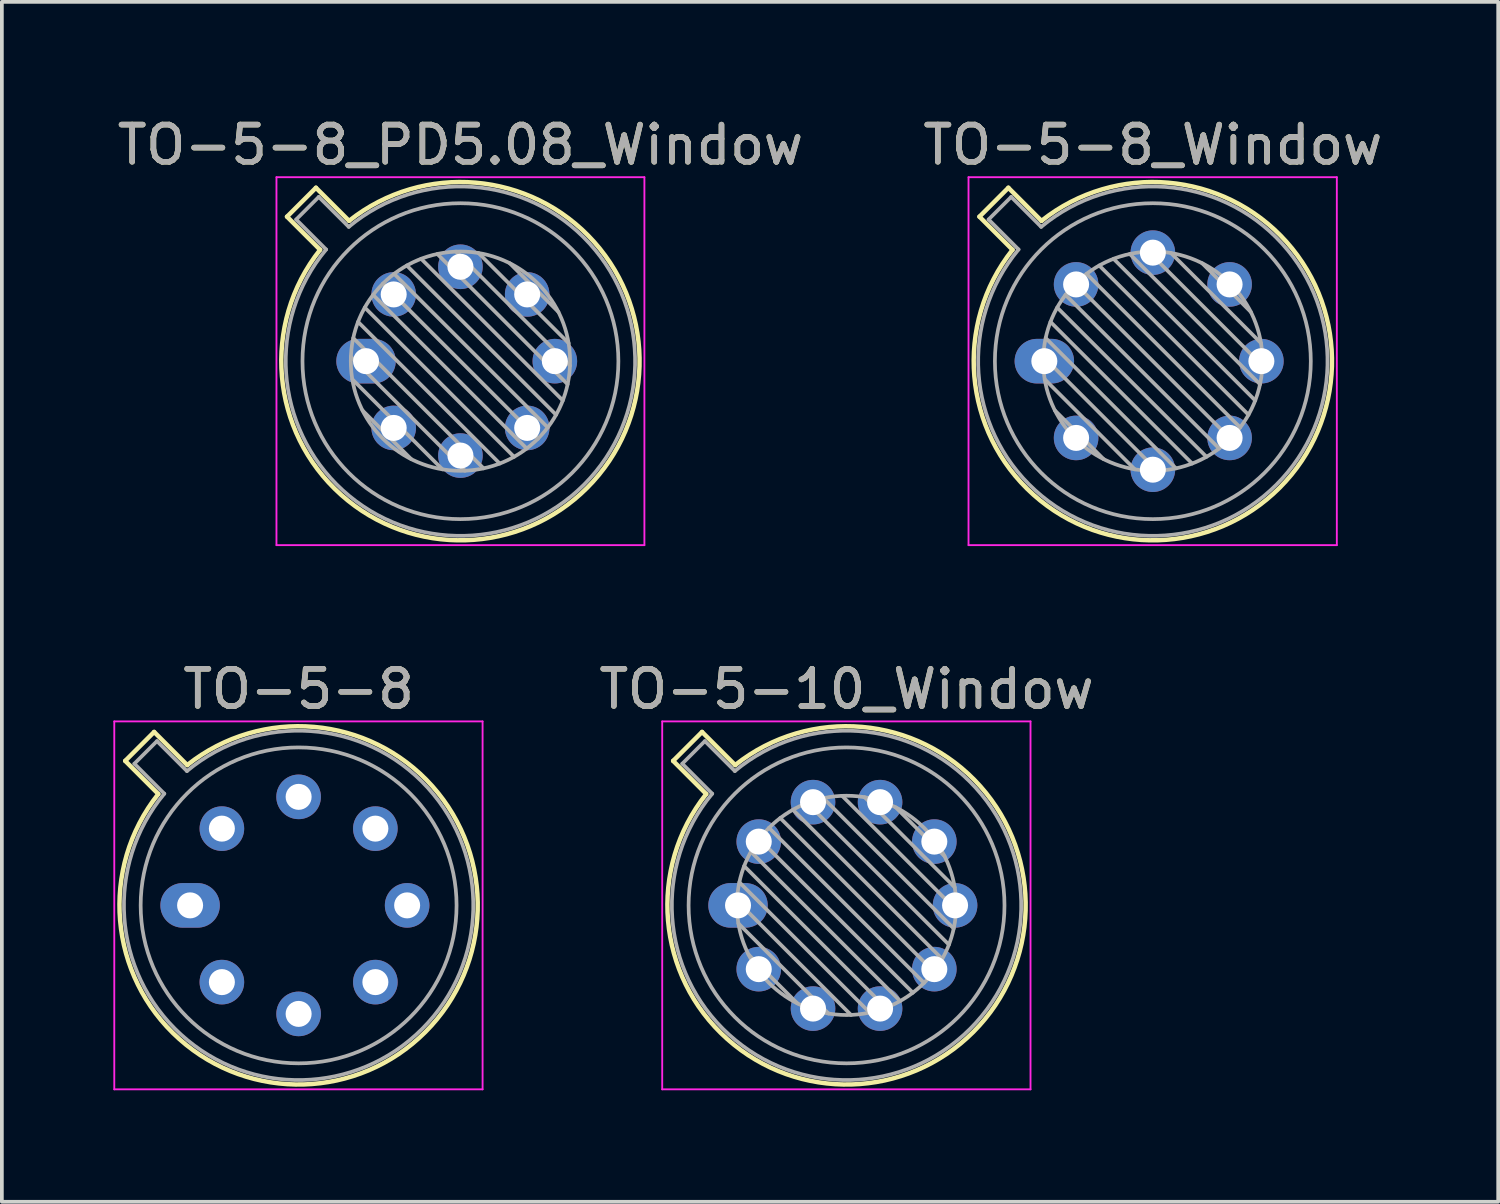
<source format=kicad_pcb>
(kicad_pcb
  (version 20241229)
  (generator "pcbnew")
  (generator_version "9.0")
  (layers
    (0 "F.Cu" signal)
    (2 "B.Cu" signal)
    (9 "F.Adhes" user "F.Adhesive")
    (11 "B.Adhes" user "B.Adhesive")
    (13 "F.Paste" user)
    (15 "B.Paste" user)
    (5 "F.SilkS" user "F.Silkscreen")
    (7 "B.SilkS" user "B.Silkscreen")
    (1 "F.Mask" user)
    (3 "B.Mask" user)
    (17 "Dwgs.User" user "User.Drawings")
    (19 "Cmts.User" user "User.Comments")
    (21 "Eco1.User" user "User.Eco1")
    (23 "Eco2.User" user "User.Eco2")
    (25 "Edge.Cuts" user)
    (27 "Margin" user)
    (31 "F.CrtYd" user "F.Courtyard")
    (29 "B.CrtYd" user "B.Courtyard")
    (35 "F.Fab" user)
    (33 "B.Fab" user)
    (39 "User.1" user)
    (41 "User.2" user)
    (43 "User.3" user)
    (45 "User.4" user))
  (footprint "TO-5-8"
    (layer "F.Cu")
    (at 2.065 21.311)
    (property "Reference" "TO-5-8" (at 2.92 -5.82 0) (layer "F.SilkS") (effects (font (size 1 1) (thickness 0.15))))
    (attr through_hole)
    (fp_line (start -1.746 -3.888) (end -0.855 -2.997) (stroke (width 0.12) (type solid)) (layer "F.SilkS"))
    (fp_line (start -0.968 -4.666) (end -1.746 -3.888) (stroke (width 0.12) (type solid)) (layer "F.SilkS"))
    (fp_line (start -0.077 -3.775) (end -0.968 -4.666) (stroke (width 0.12) (type solid)) (layer "F.SilkS"))
    (fp_arc (start -0.077084 -3.774902) (mid 6.328125 3.408384) (end -0.854674 -2.997371) (stroke (width 0.12) (type solid)) (layer "F.SilkS"))
    (fp_line (start -2.04 -4.95) (end -2.04 4.95) (stroke (width 0.05) (type solid)) (layer "F.CrtYd"))
    (fp_line (start -2.04 4.95) (end 7.87 4.95) (stroke (width 0.05) (type solid)) (layer "F.CrtYd"))
    (fp_line (start 7.87 -4.95) (end -2.04 -4.95) (stroke (width 0.05) (type solid)) (layer "F.CrtYd"))
    (fp_line (start 7.87 4.95) (end 7.87 -4.95) (stroke (width 0.05) (type solid)) (layer "F.CrtYd"))
    (fp_line (start -1.5 -3.812) (end -0.694 -3.005) (stroke (width 0.1) (type solid)) (layer "F.Fab"))
    (fp_line (start -0.892 -4.42) (end -1.5 -3.812) (stroke (width 0.1) (type solid)) (layer "F.Fab"))
    (fp_line (start -0.085 -3.614) (end -0.892 -4.42) (stroke (width 0.1) (type solid)) (layer "F.Fab"))
    (fp_arc (start -0.085408 -3.61352) (mid 6.243443 3.323361) (end -0.693594 -3.005319) (stroke (width 0.1) (type solid)) (layer "F.Fab"))
    (fp_circle (center 2.92 0) (end 7.17 0) (stroke (width 0.1) (type solid)) (fill no) (layer "F.Fab"))
    (fp_text user "${REFERENCE}" (at 2.92 -5.82 0) (layer "F.Fab") (effects (font (size 1 1) (thickness 0.15))))
    (pad "1" thru_hole oval (at 0 0) (size 1.6 1.2) (drill 0.7) (layers "*.Cu" "*.Mask"))
    (pad "2" thru_hole oval (at 0.855 2.065) (size 1.2 1.2) (drill 0.7) (layers "*.Cu" "*.Mask"))
    (pad "3" thru_hole oval (at 2.92 2.92) (size 1.2 1.2) (drill 0.7) (layers "*.Cu" "*.Mask"))
    (pad "4" thru_hole oval (at 4.985 2.065) (size 1.2 1.2) (drill 0.7) (layers "*.Cu" "*.Mask"))
    (pad "5" thru_hole oval (at 5.84 0) (size 1.2 1.2) (drill 0.7) (layers "*.Cu" "*.Mask"))
    (pad "6" thru_hole oval (at 4.985 -2.065) (size 1.2 1.2) (drill 0.7) (layers "*.Cu" "*.Mask"))
    (pad "7" thru_hole oval (at 2.92 -2.92) (size 1.2 1.2) (drill 0.7) (layers "*.Cu" "*.Mask"))
    (pad "8" thru_hole oval (at 0.855 -2.065) (size 1.2 1.2) (drill 0.7) (layers "*.Cu" "*.Mask")))
  (footprint "TO-5-10_Window"
    (layer "F.Cu")
    (at 16.808 21.311)
    (property "Reference" "TO-5-10_Window" (at 2.92 -5.82 0) (layer "F.SilkS") (effects (font (size 1 1) (thickness 0.15))))
    (attr through_hole)
    (fp_line (start -1.746 -3.888) (end -0.855 -2.997) (stroke (width 0.12) (type solid)) (layer "F.SilkS"))
    (fp_line (start -0.968 -4.666) (end -1.746 -3.888) (stroke (width 0.12) (type solid)) (layer "F.SilkS"))
    (fp_line (start -0.077 -3.775) (end -0.968 -4.666) (stroke (width 0.12) (type solid)) (layer "F.SilkS"))
    (fp_arc (start -0.077084 -3.774902) (mid 6.328125 3.408384) (end -0.854674 -2.997371) (stroke (width 0.12) (type solid)) (layer "F.SilkS"))
    (fp_line (start -2.04 -4.95) (end -2.04 4.95) (stroke (width 0.05) (type solid)) (layer "F.CrtYd"))
    (fp_line (start -2.04 4.95) (end 7.87 4.95) (stroke (width 0.05) (type solid)) (layer "F.CrtYd"))
    (fp_line (start 7.87 -4.95) (end -2.04 -4.95) (stroke (width 0.05) (type solid)) (layer "F.CrtYd"))
    (fp_line (start 7.87 4.95) (end 7.87 -4.95) (stroke (width 0.05) (type solid)) (layer "F.CrtYd"))
    (fp_line (start -1.5 -3.812) (end -0.694 -3.005) (stroke (width 0.1) (type solid)) (layer "F.Fab"))
    (fp_line (start -0.892 -4.42) (end -1.5 -3.812) (stroke (width 0.1) (type solid)) (layer "F.Fab"))
    (fp_line (start -0.085 -3.614) (end -0.892 -4.42) (stroke (width 0.1) (type solid)) (layer "F.Fab"))
    (fp_line (start -0.028 -0.12) (end 3.04 2.948) (stroke (width 0.1) (type solid)) (layer "F.Fab"))
    (fp_line (start 0.009 0.485) (end 2.435 2.911) (stroke (width 0.1) (type solid)) (layer "F.Fab"))
    (fp_line (start 0.036 -0.622) (end 3.542 2.884) (stroke (width 0.1) (type solid)) (layer "F.Fab"))
    (fp_line (start 0.165 -1.058) (end 3.978 2.755) (stroke (width 0.1) (type solid)) (layer "F.Fab"))
    (fp_line (start 0.283 1.324) (end 1.596 2.637) (stroke (width 0.1) (type solid)) (layer "F.Fab"))
    (fp_line (start 0.346 -1.443) (end 4.363 2.574) (stroke (width 0.1) (type solid)) (layer "F.Fab"))
    (fp_line (start 0.57 -1.784) (end 4.704 2.35) (stroke (width 0.1) (type solid)) (layer "F.Fab"))
    (fp_line (start 0.834 -2.086) (end 5.006 2.086) (stroke (width 0.1) (type solid)) (layer "F.Fab"))
    (fp_line (start 1.136 -2.35) (end 5.27 1.784) (stroke (width 0.1) (type solid)) (layer "F.Fab"))
    (fp_line (start 1.477 -2.574) (end 5.494 1.443) (stroke (width 0.1) (type solid)) (layer "F.Fab"))
    (fp_line (start 1.862 -2.755) (end 5.675 1.058) (stroke (width 0.1) (type solid)) (layer "F.Fab"))
    (fp_line (start 2.298 -2.884) (end 5.804 0.622) (stroke (width 0.1) (type solid)) (layer "F.Fab"))
    (fp_line (start 2.8 -2.948) (end 5.868 0.12) (stroke (width 0.1) (type solid)) (layer "F.Fab"))
    (fp_line (start 3.405 -2.911) (end 5.831 -0.485) (stroke (width 0.1) (type solid)) (layer "F.Fab"))
    (fp_line (start 4.244 -2.637) (end 5.557 -1.324) (stroke (width 0.1) (type solid)) (layer "F.Fab"))
    (fp_arc (start -0.085408 -3.61352) (mid 6.243443 3.323361) (end -0.693594 -3.005319) (stroke (width 0.1) (type solid)) (layer "F.Fab"))
    (fp_circle (center 2.92 0) (end 5.87 0) (stroke (width 0.1) (type solid)) (fill no) (layer "F.Fab"))
    (fp_circle (center 2.92 0) (end 7.17 0) (stroke (width 0.1) (type solid)) (fill no) (layer "F.Fab"))
    (fp_text user "${REFERENCE}" (at 2.92 -5.82 0) (layer "F.Fab") (effects (font (size 1 1) (thickness 0.15))))
    (pad "1" thru_hole oval (at 0 0) (size 1.6 1.2) (drill 0.7) (layers "*.Cu" "*.Mask"))
    (pad "2" thru_hole oval (at 0.558 1.716) (size 1.2 1.2) (drill 0.7) (layers "*.Cu" "*.Mask"))
    (pad "3" thru_hole oval (at 2.018 2.777) (size 1.2 1.2) (drill 0.7) (layers "*.Cu" "*.Mask"))
    (pad "4" thru_hole oval (at 3.822 2.777) (size 1.2 1.2) (drill 0.7) (layers "*.Cu" "*.Mask"))
    (pad "5" thru_hole oval (at 5.282 1.716) (size 1.2 1.2) (drill 0.7) (layers "*.Cu" "*.Mask"))
    (pad "6" thru_hole oval (at 5.84 0) (size 1.2 1.2) (drill 0.7) (layers "*.Cu" "*.Mask"))
    (pad "7" thru_hole oval (at 5.282 -1.716) (size 1.2 1.2) (drill 0.7) (layers "*.Cu" "*.Mask"))
    (pad "8" thru_hole oval (at 3.822 -2.777) (size 1.2 1.2) (drill 0.7) (layers "*.Cu" "*.Mask"))
    (pad "9" thru_hole oval (at 2.018 -2.777) (size 1.2 1.2) (drill 0.7) (layers "*.Cu" "*.Mask"))
    (pad "10" thru_hole oval (at 0.558 -1.716) (size 1.2 1.2) (drill 0.7) (layers "*.Cu" "*.Mask")))
  (footprint "TO-5-8_Window"
    (layer "F.Cu")
    (at 25.05 6.668)
    (property "Reference" "TO-5-8_Window" (at 2.92 -5.82 0) (layer "F.SilkS") (effects (font (size 1 1) (thickness 0.15))))
    (attr through_hole)
    (fp_line (start -1.746 -3.888) (end -0.855 -2.997) (stroke (width 0.12) (type solid)) (layer "F.SilkS"))
    (fp_line (start -0.968 -4.666) (end -1.746 -3.888) (stroke (width 0.12) (type solid)) (layer "F.SilkS"))
    (fp_line (start -0.077 -3.775) (end -0.968 -4.666) (stroke (width 0.12) (type solid)) (layer "F.SilkS"))
    (fp_arc (start -0.077084 -3.774902) (mid 6.328125 3.408384) (end -0.854674 -2.997371) (stroke (width 0.12) (type solid)) (layer "F.SilkS"))
    (fp_line (start -2.04 -4.95) (end -2.04 4.95) (stroke (width 0.05) (type solid)) (layer "F.CrtYd"))
    (fp_line (start -2.04 4.95) (end 7.87 4.95) (stroke (width 0.05) (type solid)) (layer "F.CrtYd"))
    (fp_line (start 7.87 -4.95) (end -2.04 -4.95) (stroke (width 0.05) (type solid)) (layer "F.CrtYd"))
    (fp_line (start 7.87 4.95) (end 7.87 -4.95) (stroke (width 0.05) (type solid)) (layer "F.CrtYd"))
    (fp_line (start -1.5 -3.812) (end -0.694 -3.005) (stroke (width 0.1) (type solid)) (layer "F.Fab"))
    (fp_line (start -0.892 -4.42) (end -1.5 -3.812) (stroke (width 0.1) (type solid)) (layer "F.Fab"))
    (fp_line (start -0.085 -3.614) (end -0.892 -4.42) (stroke (width 0.1) (type solid)) (layer "F.Fab"))
    (fp_line (start -0.028 -0.12) (end 3.04 2.948) (stroke (width 0.1) (type solid)) (layer "F.Fab"))
    (fp_line (start 0.009 0.485) (end 2.435 2.911) (stroke (width 0.1) (type solid)) (layer "F.Fab"))
    (fp_line (start 0.036 -0.622) (end 3.542 2.884) (stroke (width 0.1) (type solid)) (layer "F.Fab"))
    (fp_line (start 0.165 -1.058) (end 3.978 2.755) (stroke (width 0.1) (type solid)) (layer "F.Fab"))
    (fp_line (start 0.283 1.324) (end 1.596 2.637) (stroke (width 0.1) (type solid)) (layer "F.Fab"))
    (fp_line (start 0.346 -1.443) (end 4.363 2.574) (stroke (width 0.1) (type solid)) (layer "F.Fab"))
    (fp_line (start 0.57 -1.784) (end 4.704 2.35) (stroke (width 0.1) (type solid)) (layer "F.Fab"))
    (fp_line (start 0.834 -2.086) (end 5.006 2.086) (stroke (width 0.1) (type solid)) (layer "F.Fab"))
    (fp_line (start 1.136 -2.35) (end 5.27 1.784) (stroke (width 0.1) (type solid)) (layer "F.Fab"))
    (fp_line (start 1.477 -2.574) (end 5.494 1.443) (stroke (width 0.1) (type solid)) (layer "F.Fab"))
    (fp_line (start 1.862 -2.755) (end 5.675 1.058) (stroke (width 0.1) (type solid)) (layer "F.Fab"))
    (fp_line (start 2.298 -2.884) (end 5.804 0.622) (stroke (width 0.1) (type solid)) (layer "F.Fab"))
    (fp_line (start 2.8 -2.948) (end 5.868 0.12) (stroke (width 0.1) (type solid)) (layer "F.Fab"))
    (fp_line (start 3.405 -2.911) (end 5.831 -0.485) (stroke (width 0.1) (type solid)) (layer "F.Fab"))
    (fp_line (start 4.244 -2.637) (end 5.557 -1.324) (stroke (width 0.1) (type solid)) (layer "F.Fab"))
    (fp_arc (start -0.085408 -3.61352) (mid 6.243443 3.323361) (end -0.693594 -3.005319) (stroke (width 0.1) (type solid)) (layer "F.Fab"))
    (fp_circle (center 2.92 0) (end 5.87 0) (stroke (width 0.1) (type solid)) (fill no) (layer "F.Fab"))
    (fp_circle (center 2.92 0) (end 7.17 0) (stroke (width 0.1) (type solid)) (fill no) (layer "F.Fab"))
    (fp_text user "${REFERENCE}" (at 2.92 -5.82 0) (layer "F.Fab") (effects (font (size 1 1) (thickness 0.15))))
    (pad "1" thru_hole oval (at 0 0) (size 1.6 1.2) (drill 0.7) (layers "*.Cu" "*.Mask"))
    (pad "2" thru_hole oval (at 0.855 2.065) (size 1.2 1.2) (drill 0.7) (layers "*.Cu" "*.Mask"))
    (pad "3" thru_hole oval (at 2.92 2.92) (size 1.2 1.2) (drill 0.7) (layers "*.Cu" "*.Mask"))
    (pad "4" thru_hole oval (at 4.985 2.065) (size 1.2 1.2) (drill 0.7) (layers "*.Cu" "*.Mask"))
    (pad "5" thru_hole oval (at 5.84 0) (size 1.2 1.2) (drill 0.7) (layers "*.Cu" "*.Mask"))
    (pad "6" thru_hole oval (at 4.985 -2.065) (size 1.2 1.2) (drill 0.7) (layers "*.Cu" "*.Mask"))
    (pad "7" thru_hole oval (at 2.92 -2.92) (size 1.2 1.2) (drill 0.7) (layers "*.Cu" "*.Mask"))
    (pad "8" thru_hole oval (at 0.855 -2.065) (size 1.2 1.2) (drill 0.7) (layers "*.Cu" "*.Mask")))
  (footprint "TO-5-8_PD5.08_Window"
    (layer "F.Cu")
    (at 6.799 6.668)
    (property "Reference" "TO-5-8_PD5.08_Window" (at 2.54 -5.82 0) (layer "F.SilkS") (effects (font (size 1 1) (thickness 0.15))))
    (attr through_hole)
    (fp_line (start -2.126 -3.888) (end -1.235 -2.997) (stroke (width 0.12) (type solid)) (layer "F.SilkS"))
    (fp_line (start -1.348 -4.666) (end -2.126 -3.888) (stroke (width 0.12) (type solid)) (layer "F.SilkS"))
    (fp_line (start -0.457 -3.775) (end -1.348 -4.666) (stroke (width 0.12) (type solid)) (layer "F.SilkS"))
    (fp_arc (start -0.457084 -3.774902) (mid 5.948125 3.408384) (end -1.234674 -2.997371) (stroke (width 0.12) (type solid)) (layer "F.SilkS"))
    (fp_line (start -2.41 -4.95) (end -2.41 4.95) (stroke (width 0.05) (type solid)) (layer "F.CrtYd"))
    (fp_line (start -2.41 4.95) (end 7.49 4.95) (stroke (width 0.05) (type solid)) (layer "F.CrtYd"))
    (fp_line (start 7.49 -4.95) (end -2.41 -4.95) (stroke (width 0.05) (type solid)) (layer "F.CrtYd"))
    (fp_line (start 7.49 4.95) (end 7.49 -4.95) (stroke (width 0.05) (type solid)) (layer "F.CrtYd"))
    (fp_line (start -1.88 -3.812) (end -1.074 -3.005) (stroke (width 0.1) (type solid)) (layer "F.Fab"))
    (fp_line (start -1.272 -4.42) (end -1.88 -3.812) (stroke (width 0.1) (type solid)) (layer "F.Fab"))
    (fp_line (start -0.465 -3.614) (end -1.272 -4.42) (stroke (width 0.1) (type solid)) (layer "F.Fab"))
    (fp_line (start -0.408 -0.12) (end 2.66 2.948) (stroke (width 0.1) (type solid)) (layer "F.Fab"))
    (fp_line (start -0.371 0.485) (end 2.055 2.911) (stroke (width 0.1) (type solid)) (layer "F.Fab"))
    (fp_line (start -0.344 -0.622) (end 3.162 2.884) (stroke (width 0.1) (type solid)) (layer "F.Fab"))
    (fp_line (start -0.215 -1.058) (end 3.598 2.755) (stroke (width 0.1) (type solid)) (layer "F.Fab"))
    (fp_line (start -0.097 1.324) (end 1.216 2.637) (stroke (width 0.1) (type solid)) (layer "F.Fab"))
    (fp_line (start -0.034 -1.443) (end 3.983 2.574) (stroke (width 0.1) (type solid)) (layer "F.Fab"))
    (fp_line (start 0.19 -1.784) (end 4.324 2.35) (stroke (width 0.1) (type solid)) (layer "F.Fab"))
    (fp_line (start 0.454 -2.086) (end 4.626 2.086) (stroke (width 0.1) (type solid)) (layer "F.Fab"))
    (fp_line (start 0.756 -2.35) (end 4.89 1.784) (stroke (width 0.1) (type solid)) (layer "F.Fab"))
    (fp_line (start 1.097 -2.574) (end 5.114 1.443) (stroke (width 0.1) (type solid)) (layer "F.Fab"))
    (fp_line (start 1.482 -2.755) (end 5.295 1.058) (stroke (width 0.1) (type solid)) (layer "F.Fab"))
    (fp_line (start 1.918 -2.884) (end 5.424 0.622) (stroke (width 0.1) (type solid)) (layer "F.Fab"))
    (fp_line (start 2.42 -2.948) (end 5.488 0.12) (stroke (width 0.1) (type solid)) (layer "F.Fab"))
    (fp_line (start 3.025 -2.911) (end 5.451 -0.485) (stroke (width 0.1) (type solid)) (layer "F.Fab"))
    (fp_line (start 3.864 -2.637) (end 5.177 -1.324) (stroke (width 0.1) (type solid)) (layer "F.Fab"))
    (fp_arc (start -0.465408 -3.61352) (mid 5.863443 3.323361) (end -1.073594 -3.005319) (stroke (width 0.1) (type solid)) (layer "F.Fab"))
    (fp_circle (center 2.54 0) (end 5.49 0) (stroke (width 0.1) (type solid)) (fill no) (layer "F.Fab"))
    (fp_circle (center 2.54 0) (end 6.79 0) (stroke (width 0.1) (type solid)) (fill no) (layer "F.Fab"))
    (fp_text user "${REFERENCE}" (at 2.54 -5.82 0) (layer "F.Fab") (effects (font (size 1 1) (thickness 0.15))))
    (pad "1" thru_hole oval (at 0 0) (size 1.6 1.2) (drill 0.7) (layers "*.Cu" "*.Mask"))
    (pad "2" thru_hole oval (at 0.744 1.796) (size 1.2 1.2) (drill 0.7) (layers "*.Cu" "*.Mask"))
    (pad "3" thru_hole oval (at 2.54 2.54) (size 1.2 1.2) (drill 0.7) (layers "*.Cu" "*.Mask"))
    (pad "4" thru_hole oval (at 4.336 1.796) (size 1.2 1.2) (drill 0.7) (layers "*.Cu" "*.Mask"))
    (pad "5" thru_hole oval (at 5.08 0) (size 1.2 1.2) (drill 0.7) (layers "*.Cu" "*.Mask"))
    (pad "6" thru_hole oval (at 4.336 -1.796) (size 1.2 1.2) (drill 0.7) (layers "*.Cu" "*.Mask"))
    (pad "7" thru_hole oval (at 2.54 -2.54) (size 1.2 1.2) (drill 0.7) (layers "*.Cu" "*.Mask"))
    (pad "8" thru_hole oval (at 0.744 -1.796) (size 1.2 1.2) (drill 0.7) (layers "*.Cu" "*.Mask")))
  (gr_rect
    (start -3 -3)
    (end 37.262 29.287)
    (stroke (width 0.1) (type default))
    (fill no)
    (layer "Edge.Cuts")))
</source>
